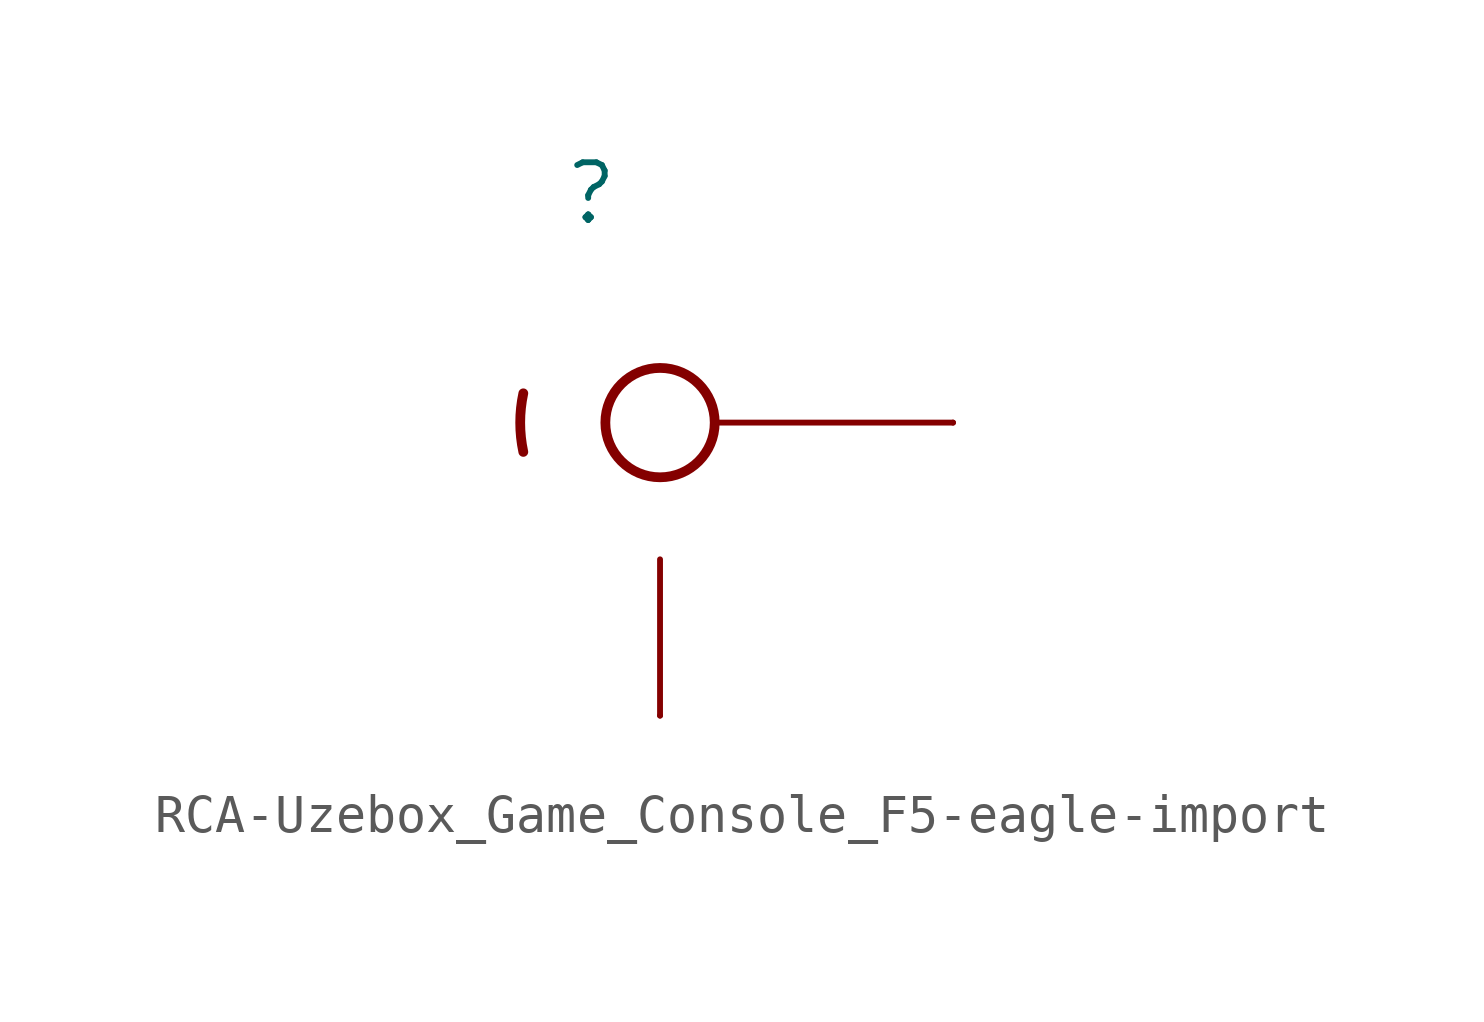
<source format=kicad_sym>
(kicad_symbol_lib
  (version 20231120)
  (generator "kicad_symbol_editor")
  (generator_version "8.0")
  (symbol "RCA-Uzebox_Game_Console_F5-eagle-import"
    (pin_names
      (offset 1.016))
    (property "Reference" ""
      (at -2.54 5.08 0)
      (effects (font (size 1.499 1.499)) (justify left bottom)))
    (property "ki_locked" ""
      (at 0 0 0)
      (effects (font (size 1.27 1.27))))
    (symbol "RCA-Uzebox_Game_Console_F5-eagle-import_1_0"
      (arc (start -3.556 0.762) (mid -3.6367 0) (end -3.556 -0.762) (stroke (width 0.254) (type solid)) (fill (type none)))
      (polyline (pts (xy 0 -7.62) (xy 0 -3.556)) (stroke (width 0) (type solid)) (fill (type none)))
      (polyline (pts (xy 1.524 0) (xy 7.62 0)) (stroke (width 0) (type solid)) (fill (type none)))
      (circle (center 0 0) (radius 1.422) (stroke (width 0.254) (type solid)) (fill (type none)))
      (pin passive line (at 0 -7.62 90) (length 0) (name "GND" (effects (font (size 0 0)))) (number "GND" (effects (font (size 0 0)))))
      (pin passive line (at 7.62 0 180) (length 0) (name "SIG" (effects (font (size 0 0)))) (number "SIG" (effects (font (size 0 0))))))))
</source>
